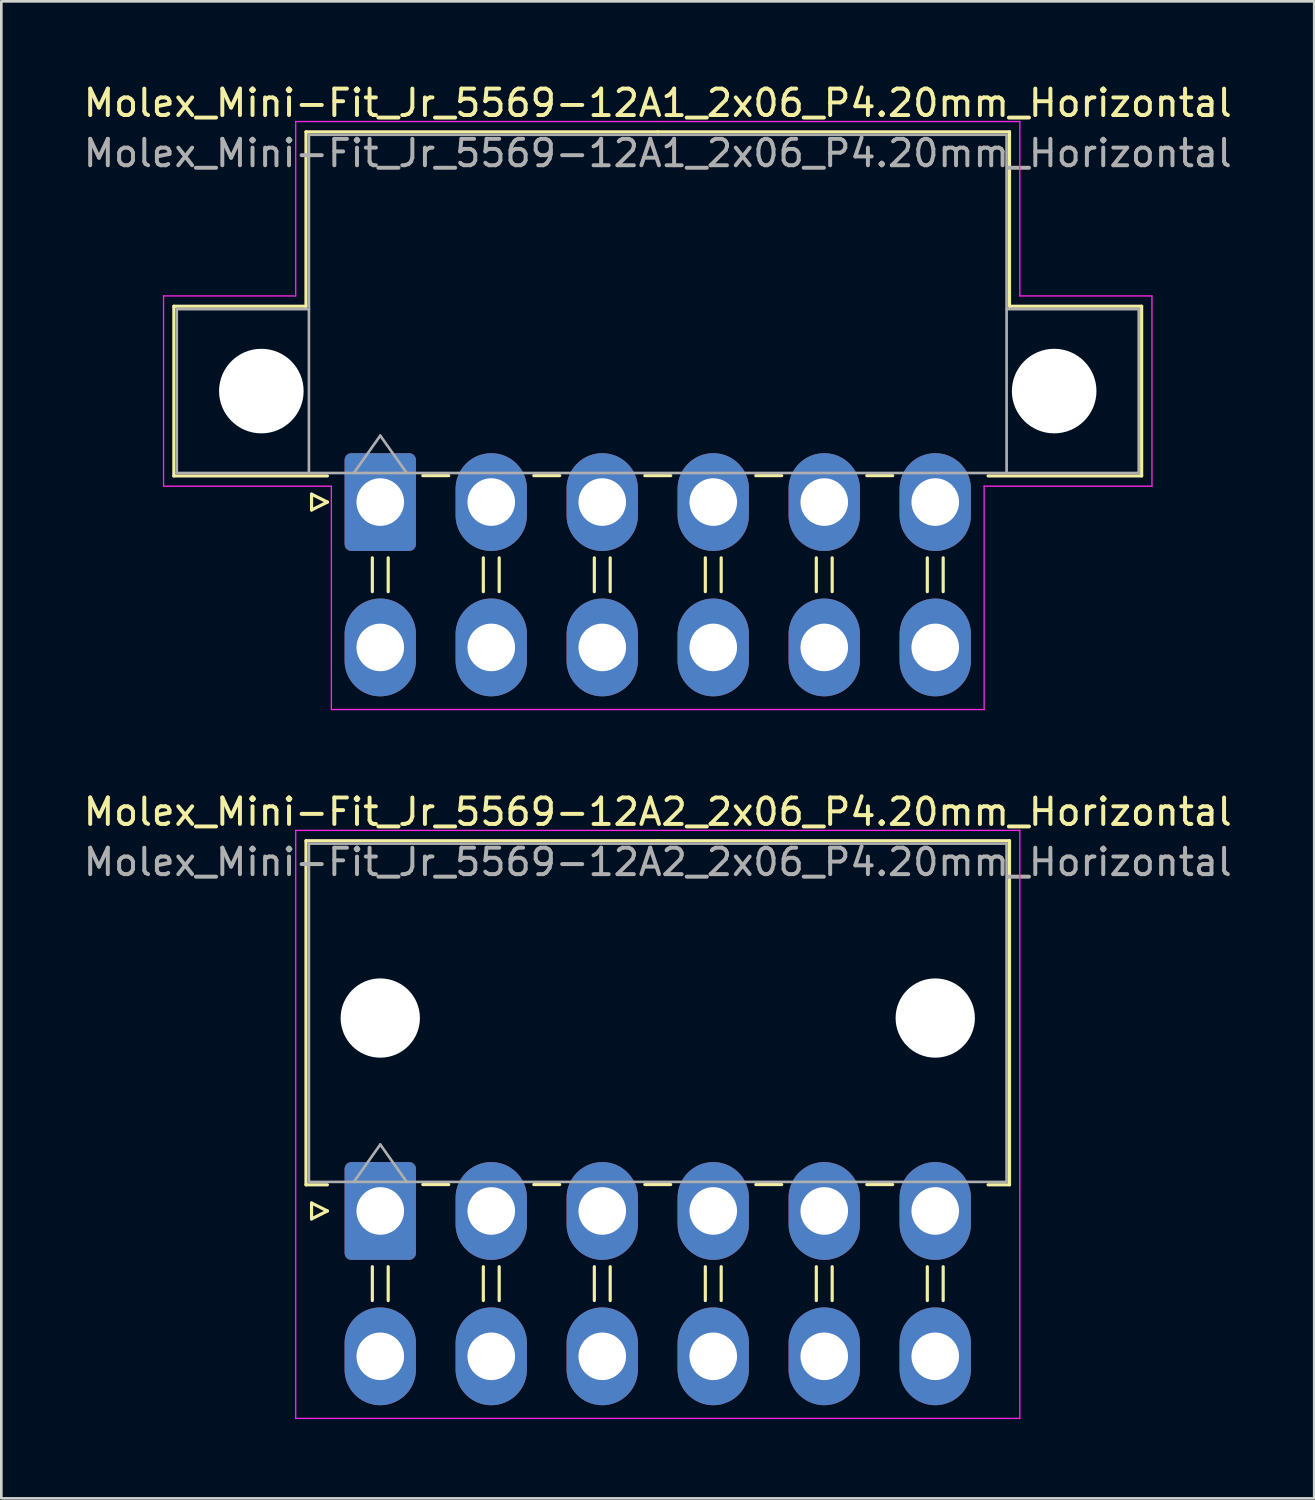
<source format=kicad_pcb>
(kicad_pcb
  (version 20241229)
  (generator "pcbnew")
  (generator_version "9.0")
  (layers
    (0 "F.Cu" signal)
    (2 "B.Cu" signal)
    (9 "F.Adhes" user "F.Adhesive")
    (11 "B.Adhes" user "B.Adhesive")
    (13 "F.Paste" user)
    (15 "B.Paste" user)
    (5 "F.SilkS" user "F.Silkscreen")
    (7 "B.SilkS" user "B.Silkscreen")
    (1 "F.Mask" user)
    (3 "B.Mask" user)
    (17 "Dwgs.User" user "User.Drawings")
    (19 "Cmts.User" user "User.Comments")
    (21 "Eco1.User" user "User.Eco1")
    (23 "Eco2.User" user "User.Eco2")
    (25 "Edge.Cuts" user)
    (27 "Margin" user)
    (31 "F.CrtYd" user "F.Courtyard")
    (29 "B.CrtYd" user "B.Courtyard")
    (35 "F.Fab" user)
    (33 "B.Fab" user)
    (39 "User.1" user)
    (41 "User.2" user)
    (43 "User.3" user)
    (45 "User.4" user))
  (footprint "Molex_Mini-Fit_Jr_5569-12A2_2x06_P4.20mm_Horizontal"
    (layer "F.Cu")
    (at 11.339 42.772)
    (property "Reference" "Molex_Mini-Fit_Jr_5569-12A2_2x06_P4.20mm_Horizontal" (at 10.5 -15.1 0) (layer "F.SilkS") (effects (font (size 1 1) (thickness 0.15))))
    (attr through_hole)
    (fp_line (start -2.81 -14.01) (end 10.5 -14.01) (stroke (width 0.12) (type solid)) (layer "F.SilkS"))
    (fp_line (start -2.81 -0.99) (end -2.81 -14.01) (stroke (width 0.12) (type solid)) (layer "F.SilkS"))
    (fp_line (start -2.6 -0.3) (end -2 0) (stroke (width 0.12) (type solid)) (layer "F.SilkS"))
    (fp_line (start -2.6 0.3) (end -2.6 -0.3) (stroke (width 0.12) (type solid)) (layer "F.SilkS"))
    (fp_line (start -2 -0.99) (end -2.81 -0.99) (stroke (width 0.12) (type solid)) (layer "F.SilkS"))
    (fp_line (start -2 0) (end -2.6 0.3) (stroke (width 0.12) (type solid)) (layer "F.SilkS"))
    (fp_line (start -0.3 2.11) (end -0.3 3.39) (stroke (width 0.12) (type solid)) (layer "F.SilkS"))
    (fp_line (start 0.3 2.11) (end 0.3 3.39) (stroke (width 0.12) (type solid)) (layer "F.SilkS"))
    (fp_line (start 1.61 -1) (end 2.59 -1) (stroke (width 0.12) (type solid)) (layer "F.SilkS"))
    (fp_line (start 3.9 2.11) (end 3.9 3.39) (stroke (width 0.12) (type solid)) (layer "F.SilkS"))
    (fp_line (start 4.5 2.11) (end 4.5 3.39) (stroke (width 0.12) (type solid)) (layer "F.SilkS"))
    (fp_line (start 5.81 -1) (end 6.79 -1) (stroke (width 0.12) (type solid)) (layer "F.SilkS"))
    (fp_line (start 8.1 2.11) (end 8.1 3.39) (stroke (width 0.12) (type solid)) (layer "F.SilkS"))
    (fp_line (start 8.7 2.11) (end 8.7 3.39) (stroke (width 0.12) (type solid)) (layer "F.SilkS"))
    (fp_line (start 10.01 -1) (end 10.99 -1) (stroke (width 0.12) (type solid)) (layer "F.SilkS"))
    (fp_line (start 12.3 2.11) (end 12.3 3.39) (stroke (width 0.12) (type solid)) (layer "F.SilkS"))
    (fp_line (start 12.9 2.11) (end 12.9 3.39) (stroke (width 0.12) (type solid)) (layer "F.SilkS"))
    (fp_line (start 14.21 -1) (end 15.19 -1) (stroke (width 0.12) (type solid)) (layer "F.SilkS"))
    (fp_line (start 16.5 2.11) (end 16.5 3.39) (stroke (width 0.12) (type solid)) (layer "F.SilkS"))
    (fp_line (start 17.1 2.11) (end 17.1 3.39) (stroke (width 0.12) (type solid)) (layer "F.SilkS"))
    (fp_line (start 18.41 -1) (end 19.39 -1) (stroke (width 0.12) (type solid)) (layer "F.SilkS"))
    (fp_line (start 20.7 2.11) (end 20.7 3.39) (stroke (width 0.12) (type solid)) (layer "F.SilkS"))
    (fp_line (start 21.3 2.11) (end 21.3 3.39) (stroke (width 0.12) (type solid)) (layer "F.SilkS"))
    (fp_line (start 23 -0.99) (end 23.81 -0.99) (stroke (width 0.12) (type solid)) (layer "F.SilkS"))
    (fp_line (start 23.81 -14.01) (end 10.5 -14.01) (stroke (width 0.12) (type solid)) (layer "F.SilkS"))
    (fp_line (start 23.81 -0.99) (end 23.81 -14.01) (stroke (width 0.12) (type solid)) (layer "F.SilkS"))
    (fp_line (start -3.2 -14.4) (end -3.2 7.85) (stroke (width 0.05) (type solid)) (layer "F.CrtYd"))
    (fp_line (start -3.2 7.85) (end 24.2 7.85) (stroke (width 0.05) (type solid)) (layer "F.CrtYd"))
    (fp_line (start 24.2 -14.4) (end -3.2 -14.4) (stroke (width 0.05) (type solid)) (layer "F.CrtYd"))
    (fp_line (start 24.2 7.85) (end 24.2 -14.4) (stroke (width 0.05) (type solid)) (layer "F.CrtYd"))
    (fp_line (start -2.7 -13.9) (end -2.7 -1.1) (stroke (width 0.1) (type solid)) (layer "F.Fab"))
    (fp_line (start -2.7 -1.1) (end 23.7 -1.1) (stroke (width 0.1) (type solid)) (layer "F.Fab"))
    (fp_line (start -1 -1.1) (end 0 -2.514) (stroke (width 0.1) (type solid)) (layer "F.Fab"))
    (fp_line (start 0 -2.514) (end 1 -1.1) (stroke (width 0.1) (type solid)) (layer "F.Fab"))
    (fp_line (start 23.7 -13.9) (end -2.7 -13.9) (stroke (width 0.1) (type solid)) (layer "F.Fab"))
    (fp_line (start 23.7 -1.1) (end 23.7 -13.9) (stroke (width 0.1) (type solid)) (layer "F.Fab"))
    (fp_text user "${REFERENCE}" (at 10.5 -13.2 0) (layer "F.Fab") (effects (font (size 1 1) (thickness 0.15))))
    (pad "" np_thru_hole circle (at 0 -7.3) (size 3 3) (drill 3) (layers "*.Cu" "*.Mask"))
    (pad "" np_thru_hole circle (at 21 -7.3) (size 3 3) (drill 3) (layers "*.Cu" "*.Mask"))
    (pad "1" thru_hole roundrect (at 0 0) (size 2.7 3.7) (drill 1.8) (layers "*.Cu" "*.Mask") (roundrect_rratio 0.093))
    (pad "2" thru_hole oval (at 4.2 0) (size 2.7 3.7) (drill 1.8) (layers "*.Cu" "*.Mask"))
    (pad "3" thru_hole oval (at 8.4 0) (size 2.7 3.7) (drill 1.8) (layers "*.Cu" "*.Mask"))
    (pad "4" thru_hole oval (at 12.6 0) (size 2.7 3.7) (drill 1.8) (layers "*.Cu" "*.Mask"))
    (pad "5" thru_hole oval (at 16.8 0) (size 2.7 3.7) (drill 1.8) (layers "*.Cu" "*.Mask"))
    (pad "6" thru_hole oval (at 21 0) (size 2.7 3.7) (drill 1.8) (layers "*.Cu" "*.Mask"))
    (pad "7" thru_hole oval (at 0 5.5) (size 2.7 3.7) (drill 1.8) (layers "*.Cu" "*.Mask"))
    (pad "8" thru_hole oval (at 4.2 5.5) (size 2.7 3.7) (drill 1.8) (layers "*.Cu" "*.Mask"))
    (pad "9" thru_hole oval (at 8.4 5.5) (size 2.7 3.7) (drill 1.8) (layers "*.Cu" "*.Mask"))
    (pad "10" thru_hole oval (at 12.6 5.5) (size 2.7 3.7) (drill 1.8) (layers "*.Cu" "*.Mask"))
    (pad "11" thru_hole oval (at 16.8 5.5) (size 2.7 3.7) (drill 1.8) (layers "*.Cu" "*.Mask"))
    (pad "12" thru_hole oval (at 21 5.5) (size 2.7 3.7) (drill 1.8) (layers "*.Cu" "*.Mask")))
  (footprint "Molex_Mini-Fit_Jr_5569-12A1_2x06_P4.20mm_Horizontal"
    (layer "F.Cu")
    (at 11.339 15.948)
    (property "Reference" "Molex_Mini-Fit_Jr_5569-12A1_2x06_P4.20mm_Horizontal" (at 10.5 -15.1 0) (layer "F.SilkS") (effects (font (size 1 1) (thickness 0.15))))
    (attr through_hole)
    (fp_line (start -7.81 -7.41) (end -7.81 -0.99) (stroke (width 0.12) (type solid)) (layer "F.SilkS"))
    (fp_line (start -7.81 -0.99) (end -2 -0.99) (stroke (width 0.12) (type solid)) (layer "F.SilkS"))
    (fp_line (start -2.81 -14.01) (end -2.81 -7.41) (stroke (width 0.12) (type solid)) (layer "F.SilkS"))
    (fp_line (start -2.81 -7.41) (end -7.81 -7.41) (stroke (width 0.12) (type solid)) (layer "F.SilkS"))
    (fp_line (start -2.6 -0.3) (end -2 0) (stroke (width 0.12) (type solid)) (layer "F.SilkS"))
    (fp_line (start -2.6 0.3) (end -2.6 -0.3) (stroke (width 0.12) (type solid)) (layer "F.SilkS"))
    (fp_line (start -2 0) (end -2.6 0.3) (stroke (width 0.12) (type solid)) (layer "F.SilkS"))
    (fp_line (start -0.3 2.11) (end -0.3 3.39) (stroke (width 0.12) (type solid)) (layer "F.SilkS"))
    (fp_line (start 0.3 2.11) (end 0.3 3.39) (stroke (width 0.12) (type solid)) (layer "F.SilkS"))
    (fp_line (start 1.61 -1) (end 2.59 -1) (stroke (width 0.12) (type solid)) (layer "F.SilkS"))
    (fp_line (start 3.9 2.11) (end 3.9 3.39) (stroke (width 0.12) (type solid)) (layer "F.SilkS"))
    (fp_line (start 4.5 2.11) (end 4.5 3.39) (stroke (width 0.12) (type solid)) (layer "F.SilkS"))
    (fp_line (start 5.81 -1) (end 6.79 -1) (stroke (width 0.12) (type solid)) (layer "F.SilkS"))
    (fp_line (start 8.1 2.11) (end 8.1 3.39) (stroke (width 0.12) (type solid)) (layer "F.SilkS"))
    (fp_line (start 8.7 2.11) (end 8.7 3.39) (stroke (width 0.12) (type solid)) (layer "F.SilkS"))
    (fp_line (start 10.01 -1) (end 10.99 -1) (stroke (width 0.12) (type solid)) (layer "F.SilkS"))
    (fp_line (start 10.5 -14.01) (end -2.81 -14.01) (stroke (width 0.12) (type solid)) (layer "F.SilkS"))
    (fp_line (start 10.5 -14.01) (end 23.81 -14.01) (stroke (width 0.12) (type solid)) (layer "F.SilkS"))
    (fp_line (start 12.3 2.11) (end 12.3 3.39) (stroke (width 0.12) (type solid)) (layer "F.SilkS"))
    (fp_line (start 12.9 2.11) (end 12.9 3.39) (stroke (width 0.12) (type solid)) (layer "F.SilkS"))
    (fp_line (start 14.21 -1) (end 15.19 -1) (stroke (width 0.12) (type solid)) (layer "F.SilkS"))
    (fp_line (start 16.5 2.11) (end 16.5 3.39) (stroke (width 0.12) (type solid)) (layer "F.SilkS"))
    (fp_line (start 17.1 2.11) (end 17.1 3.39) (stroke (width 0.12) (type solid)) (layer "F.SilkS"))
    (fp_line (start 18.41 -1) (end 19.39 -1) (stroke (width 0.12) (type solid)) (layer "F.SilkS"))
    (fp_line (start 20.7 2.11) (end 20.7 3.39) (stroke (width 0.12) (type solid)) (layer "F.SilkS"))
    (fp_line (start 21.3 2.11) (end 21.3 3.39) (stroke (width 0.12) (type solid)) (layer "F.SilkS"))
    (fp_line (start 23.81 -14.01) (end 23.81 -7.41) (stroke (width 0.12) (type solid)) (layer "F.SilkS"))
    (fp_line (start 23.81 -7.41) (end 28.81 -7.41) (stroke (width 0.12) (type solid)) (layer "F.SilkS"))
    (fp_line (start 28.81 -7.41) (end 28.81 -0.99) (stroke (width 0.12) (type solid)) (layer "F.SilkS"))
    (fp_line (start 28.81 -0.99) (end 23 -0.99) (stroke (width 0.12) (type solid)) (layer "F.SilkS"))
    (fp_line (start -8.2 -7.8) (end -8.2 -0.6) (stroke (width 0.05) (type solid)) (layer "F.CrtYd"))
    (fp_line (start -8.2 -0.6) (end -1.85 -0.6) (stroke (width 0.05) (type solid)) (layer "F.CrtYd"))
    (fp_line (start -3.2 -14.4) (end -3.2 -7.8) (stroke (width 0.05) (type solid)) (layer "F.CrtYd"))
    (fp_line (start -3.2 -7.8) (end -8.2 -7.8) (stroke (width 0.05) (type solid)) (layer "F.CrtYd"))
    (fp_line (start -1.85 -0.6) (end -1.85 7.85) (stroke (width 0.05) (type solid)) (layer "F.CrtYd"))
    (fp_line (start -1.85 7.85) (end 10.5 7.85) (stroke (width 0.05) (type solid)) (layer "F.CrtYd"))
    (fp_line (start 10.5 -14.4) (end -3.2 -14.4) (stroke (width 0.05) (type solid)) (layer "F.CrtYd"))
    (fp_line (start 10.5 -14.4) (end 24.2 -14.4) (stroke (width 0.05) (type solid)) (layer "F.CrtYd"))
    (fp_line (start 22.85 -0.6) (end 22.85 7.85) (stroke (width 0.05) (type solid)) (layer "F.CrtYd"))
    (fp_line (start 22.85 7.85) (end 10.5 7.85) (stroke (width 0.05) (type solid)) (layer "F.CrtYd"))
    (fp_line (start 24.2 -14.4) (end 24.2 -7.8) (stroke (width 0.05) (type solid)) (layer "F.CrtYd"))
    (fp_line (start 24.2 -7.8) (end 29.2 -7.8) (stroke (width 0.05) (type solid)) (layer "F.CrtYd"))
    (fp_line (start 29.2 -7.8) (end 29.2 -0.6) (stroke (width 0.05) (type solid)) (layer "F.CrtYd"))
    (fp_line (start 29.2 -0.6) (end 22.85 -0.6) (stroke (width 0.05) (type solid)) (layer "F.CrtYd"))
    (fp_line (start -7.7 -7.3) (end -7.7 -1.1) (stroke (width 0.1) (type solid)) (layer "F.Fab"))
    (fp_line (start -7.7 -1.1) (end -2.7 -1.1) (stroke (width 0.1) (type solid)) (layer "F.Fab"))
    (fp_line (start -2.7 -13.9) (end -2.7 -1.1) (stroke (width 0.1) (type solid)) (layer "F.Fab"))
    (fp_line (start -2.7 -7.3) (end -7.7 -7.3) (stroke (width 0.1) (type solid)) (layer "F.Fab"))
    (fp_line (start -2.7 -1.1) (end 23.7 -1.1) (stroke (width 0.1) (type solid)) (layer "F.Fab"))
    (fp_line (start -1 -1.1) (end 0 -2.514) (stroke (width 0.1) (type solid)) (layer "F.Fab"))
    (fp_line (start 0 -2.514) (end 1 -1.1) (stroke (width 0.1) (type solid)) (layer "F.Fab"))
    (fp_line (start 23.7 -13.9) (end -2.7 -13.9) (stroke (width 0.1) (type solid)) (layer "F.Fab"))
    (fp_line (start 23.7 -7.3) (end 28.7 -7.3) (stroke (width 0.1) (type solid)) (layer "F.Fab"))
    (fp_line (start 23.7 -1.1) (end 23.7 -13.9) (stroke (width 0.1) (type solid)) (layer "F.Fab"))
    (fp_line (start 28.7 -7.3) (end 28.7 -1.1) (stroke (width 0.1) (type solid)) (layer "F.Fab"))
    (fp_line (start 28.7 -1.1) (end 23.7 -1.1) (stroke (width 0.1) (type solid)) (layer "F.Fab"))
    (fp_text user "${REFERENCE}" (at 10.5 -13.2 0) (layer "F.Fab") (effects (font (size 1 1) (thickness 0.15))))
    (pad "" np_thru_hole circle (at -4.5 -4.2) (size 3.2 3.2) (drill 3.2) (layers "*.Cu" "*.Mask"))
    (pad "" np_thru_hole circle (at 25.5 -4.2) (size 3.2 3.2) (drill 3.2) (layers "*.Cu" "*.Mask"))
    (pad "1" thru_hole roundrect (at 0 0) (size 2.7 3.7) (drill 1.8) (layers "*.Cu" "*.Mask") (roundrect_rratio 0.093))
    (pad "2" thru_hole oval (at 4.2 0) (size 2.7 3.7) (drill 1.8) (layers "*.Cu" "*.Mask"))
    (pad "3" thru_hole oval (at 8.4 0) (size 2.7 3.7) (drill 1.8) (layers "*.Cu" "*.Mask"))
    (pad "4" thru_hole oval (at 12.6 0) (size 2.7 3.7) (drill 1.8) (layers "*.Cu" "*.Mask"))
    (pad "5" thru_hole oval (at 16.8 0) (size 2.7 3.7) (drill 1.8) (layers "*.Cu" "*.Mask"))
    (pad "6" thru_hole oval (at 21 0) (size 2.7 3.7) (drill 1.8) (layers "*.Cu" "*.Mask"))
    (pad "7" thru_hole oval (at 0 5.5) (size 2.7 3.7) (drill 1.8) (layers "*.Cu" "*.Mask"))
    (pad "8" thru_hole oval (at 4.2 5.5) (size 2.7 3.7) (drill 1.8) (layers "*.Cu" "*.Mask"))
    (pad "9" thru_hole oval (at 8.4 5.5) (size 2.7 3.7) (drill 1.8) (layers "*.Cu" "*.Mask"))
    (pad "10" thru_hole oval (at 12.6 5.5) (size 2.7 3.7) (drill 1.8) (layers "*.Cu" "*.Mask"))
    (pad "11" thru_hole oval (at 16.8 5.5) (size 2.7 3.7) (drill 1.8) (layers "*.Cu" "*.Mask"))
    (pad "12" thru_hole oval (at 21 5.5) (size 2.7 3.7) (drill 1.8) (layers "*.Cu" "*.Mask")))
  (gr_rect
    (start -3 -3)
    (end 46.679 53.647)
    (stroke (width 0.1) (type default))
    (fill no)
    (layer "Edge.Cuts")))
</source>
